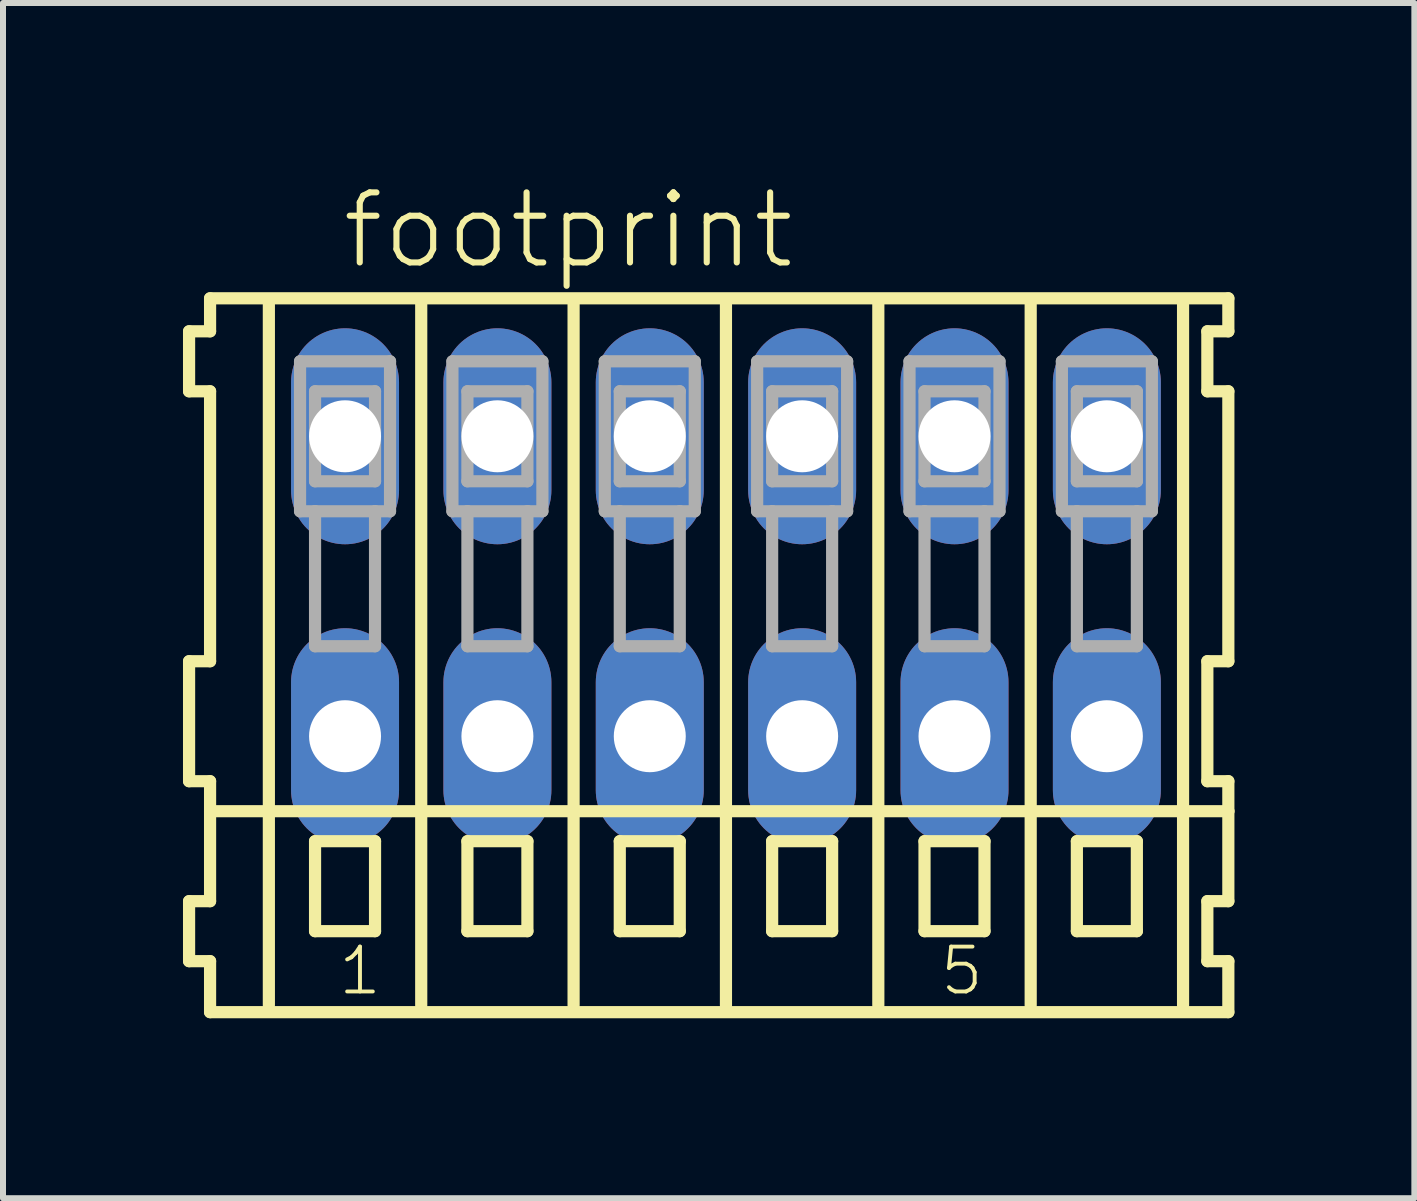
<source format=kicad_pcb>
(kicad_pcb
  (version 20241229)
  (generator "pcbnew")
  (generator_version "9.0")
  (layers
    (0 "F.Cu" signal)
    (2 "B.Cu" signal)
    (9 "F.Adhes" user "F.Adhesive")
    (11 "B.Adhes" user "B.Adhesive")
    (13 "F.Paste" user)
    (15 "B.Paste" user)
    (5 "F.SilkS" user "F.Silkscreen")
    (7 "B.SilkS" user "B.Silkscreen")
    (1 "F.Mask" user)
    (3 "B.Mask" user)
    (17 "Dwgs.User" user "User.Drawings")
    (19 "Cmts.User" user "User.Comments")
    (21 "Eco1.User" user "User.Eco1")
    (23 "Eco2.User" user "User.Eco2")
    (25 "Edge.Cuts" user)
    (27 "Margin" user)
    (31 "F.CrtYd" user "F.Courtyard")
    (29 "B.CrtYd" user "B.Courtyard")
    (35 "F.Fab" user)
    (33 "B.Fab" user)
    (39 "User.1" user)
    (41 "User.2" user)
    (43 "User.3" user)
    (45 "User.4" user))
  (footprint "footprint"
    (layer "F.Cu")
    (at 9.052 6.723)
    (property "Reference" "footprint" (at -6.45 -5.25 0) (layer "F.SilkS") (effects (font (size 1.168 1.168) (thickness 0.102)) (justify left bottom)))
    (fp_line (start -8.95 -4.25) (end -8.95 -3.25) (stroke (width 0.203) (type solid)) (layer "F.SilkS"))
    (fp_line (start -8.95 -3.25) (end -8.6 -3.25) (stroke (width 0.203) (type solid)) (layer "F.SilkS"))
    (fp_line (start -8.95 1.25) (end -8.95 3.25) (stroke (width 0.203) (type solid)) (layer "F.SilkS"))
    (fp_line (start -8.95 3.25) (end -8.6 3.25) (stroke (width 0.203) (type solid)) (layer "F.SilkS"))
    (fp_line (start -8.95 5.25) (end -8.95 6.25) (stroke (width 0.203) (type solid)) (layer "F.SilkS"))
    (fp_line (start -8.95 6.25) (end -8.6 6.25) (stroke (width 0.203) (type solid)) (layer "F.SilkS"))
    (fp_line (start -8.6 -4.8) (end -8.6 -4.25) (stroke (width 0.203) (type solid)) (layer "F.SilkS"))
    (fp_line (start -8.6 -4.25) (end -8.95 -4.25) (stroke (width 0.203) (type solid)) (layer "F.SilkS"))
    (fp_line (start -8.6 -3.25) (end -8.6 1.25) (stroke (width 0.203) (type solid)) (layer "F.SilkS"))
    (fp_line (start -8.6 1.25) (end -8.95 1.25) (stroke (width 0.203) (type solid)) (layer "F.SilkS"))
    (fp_line (start -8.6 3.25) (end -8.6 5.25) (stroke (width 0.203) (type solid)) (layer "F.SilkS"))
    (fp_line (start -8.6 3.75) (end 8.375 3.75) (stroke (width 0.203) (type solid)) (layer "F.SilkS"))
    (fp_line (start -8.6 5.25) (end -8.95 5.25) (stroke (width 0.203) (type solid)) (layer "F.SilkS"))
    (fp_line (start -8.6 6.25) (end -8.6 7.1) (stroke (width 0.203) (type solid)) (layer "F.SilkS"))
    (fp_line (start -8.6 7.1) (end 8.375 7.1) (stroke (width 0.203) (type solid)) (layer "F.SilkS"))
    (fp_line (start -7.62 6.985) (end -7.62 -4.699) (stroke (width 0.203) (type solid)) (layer "F.SilkS"))
    (fp_line (start -6.85 4.25) (end -6.85 5.75) (stroke (width 0.203) (type solid)) (layer "F.SilkS"))
    (fp_line (start -6.85 5.75) (end -5.85 5.75) (stroke (width 0.203) (type solid)) (layer "F.SilkS"))
    (fp_line (start -5.85 4.25) (end -6.85 4.25) (stroke (width 0.203) (type solid)) (layer "F.SilkS"))
    (fp_line (start -5.85 5.75) (end -5.85 4.25) (stroke (width 0.203) (type solid)) (layer "F.SilkS"))
    (fp_line (start -5.08 6.985) (end -5.08 -4.699) (stroke (width 0.203) (type solid)) (layer "F.SilkS"))
    (fp_line (start -4.31 4.25) (end -4.31 5.75) (stroke (width 0.203) (type solid)) (layer "F.SilkS"))
    (fp_line (start -4.31 5.75) (end -3.31 5.75) (stroke (width 0.203) (type solid)) (layer "F.SilkS"))
    (fp_line (start -3.31 4.25) (end -4.31 4.25) (stroke (width 0.203) (type solid)) (layer "F.SilkS"))
    (fp_line (start -3.31 5.75) (end -3.31 4.25) (stroke (width 0.203) (type solid)) (layer "F.SilkS"))
    (fp_line (start -2.54 6.985) (end -2.54 -4.699) (stroke (width 0.203) (type solid)) (layer "F.SilkS"))
    (fp_line (start -1.77 4.25) (end -1.77 5.75) (stroke (width 0.203) (type solid)) (layer "F.SilkS"))
    (fp_line (start -1.77 5.75) (end -0.77 5.75) (stroke (width 0.203) (type solid)) (layer "F.SilkS"))
    (fp_line (start -0.77 4.25) (end -1.77 4.25) (stroke (width 0.203) (type solid)) (layer "F.SilkS"))
    (fp_line (start -0.77 5.75) (end -0.77 4.25) (stroke (width 0.203) (type solid)) (layer "F.SilkS"))
    (fp_line (start 0 6.985) (end 0 -4.699) (stroke (width 0.203) (type solid)) (layer "F.SilkS"))
    (fp_line (start 0.77 4.25) (end 0.77 5.75) (stroke (width 0.203) (type solid)) (layer "F.SilkS"))
    (fp_line (start 0.77 5.75) (end 1.77 5.75) (stroke (width 0.203) (type solid)) (layer "F.SilkS"))
    (fp_line (start 1.77 4.25) (end 0.77 4.25) (stroke (width 0.203) (type solid)) (layer "F.SilkS"))
    (fp_line (start 1.77 5.75) (end 1.77 4.25) (stroke (width 0.203) (type solid)) (layer "F.SilkS"))
    (fp_line (start 2.54 6.985) (end 2.54 -4.699) (stroke (width 0.203) (type solid)) (layer "F.SilkS"))
    (fp_line (start 3.31 4.25) (end 3.31 5.75) (stroke (width 0.203) (type solid)) (layer "F.SilkS"))
    (fp_line (start 3.31 5.75) (end 4.31 5.75) (stroke (width 0.203) (type solid)) (layer "F.SilkS"))
    (fp_line (start 4.31 4.25) (end 3.31 4.25) (stroke (width 0.203) (type solid)) (layer "F.SilkS"))
    (fp_line (start 4.31 5.75) (end 4.31 4.25) (stroke (width 0.203) (type solid)) (layer "F.SilkS"))
    (fp_line (start 5.08 6.985) (end 5.08 -4.699) (stroke (width 0.203) (type solid)) (layer "F.SilkS"))
    (fp_line (start 5.85 4.25) (end 5.85 5.75) (stroke (width 0.203) (type solid)) (layer "F.SilkS"))
    (fp_line (start 5.85 5.75) (end 6.85 5.75) (stroke (width 0.203) (type solid)) (layer "F.SilkS"))
    (fp_line (start 6.85 4.25) (end 5.85 4.25) (stroke (width 0.203) (type solid)) (layer "F.SilkS"))
    (fp_line (start 6.85 5.75) (end 6.85 4.25) (stroke (width 0.203) (type solid)) (layer "F.SilkS"))
    (fp_line (start 7.62 6.985) (end 7.62 -4.699) (stroke (width 0.203) (type solid)) (layer "F.SilkS"))
    (fp_line (start 8.025 -4.25) (end 8.025 -3.25) (stroke (width 0.203) (type solid)) (layer "F.SilkS"))
    (fp_line (start 8.025 -3.25) (end 8.375 -3.25) (stroke (width 0.203) (type solid)) (layer "F.SilkS"))
    (fp_line (start 8.025 1.25) (end 8.025 3.25) (stroke (width 0.203) (type solid)) (layer "F.SilkS"))
    (fp_line (start 8.025 3.25) (end 8.375 3.25) (stroke (width 0.203) (type solid)) (layer "F.SilkS"))
    (fp_line (start 8.025 5.25) (end 8.025 6.25) (stroke (width 0.203) (type solid)) (layer "F.SilkS"))
    (fp_line (start 8.025 6.25) (end 8.375 6.25) (stroke (width 0.203) (type solid)) (layer "F.SilkS"))
    (fp_line (start 8.375 -4.8) (end -8.6 -4.8) (stroke (width 0.203) (type solid)) (layer "F.SilkS"))
    (fp_line (start 8.375 -4.25) (end 8.025 -4.25) (stroke (width 0.203) (type solid)) (layer "F.SilkS"))
    (fp_line (start 8.375 -4.25) (end 8.375 -4.8) (stroke (width 0.203) (type solid)) (layer "F.SilkS"))
    (fp_line (start 8.375 1.25) (end 8.025 1.25) (stroke (width 0.203) (type solid)) (layer "F.SilkS"))
    (fp_line (start 8.375 1.25) (end 8.375 -3.25) (stroke (width 0.203) (type solid)) (layer "F.SilkS"))
    (fp_line (start 8.375 3.75) (end 8.375 3.25) (stroke (width 0.203) (type solid)) (layer "F.SilkS"))
    (fp_line (start 8.375 5.25) (end 8.025 5.25) (stroke (width 0.203) (type solid)) (layer "F.SilkS"))
    (fp_line (start 8.375 5.25) (end 8.375 3.75) (stroke (width 0.203) (type solid)) (layer "F.SilkS"))
    (fp_line (start 8.375 7.1) (end 8.375 6.25) (stroke (width 0.203) (type solid)) (layer "F.SilkS"))
    (fp_line (start -7.1 -3.75) (end -7.1 -1.25) (stroke (width 0.203) (type solid)) (layer "F.Fab"))
    (fp_line (start -7.1 -1.25) (end -6.85 -1.25) (stroke (width 0.203) (type solid)) (layer "F.Fab"))
    (fp_line (start -6.85 -3.25) (end -6.85 -1.75) (stroke (width 0.203) (type solid)) (layer "F.Fab"))
    (fp_line (start -6.85 -1.75) (end -5.85 -1.75) (stroke (width 0.203) (type solid)) (layer "F.Fab"))
    (fp_line (start -6.85 -1.25) (end -6.85 1) (stroke (width 0.203) (type solid)) (layer "F.Fab"))
    (fp_line (start -6.85 -1.25) (end -5.85 -1.25) (stroke (width 0.203) (type solid)) (layer "F.Fab"))
    (fp_line (start -6.85 1) (end -5.85 1) (stroke (width 0.203) (type solid)) (layer "F.Fab"))
    (fp_line (start -5.85 -3.25) (end -6.85 -3.25) (stroke (width 0.203) (type solid)) (layer "F.Fab"))
    (fp_line (start -5.85 -1.75) (end -5.85 -3.25) (stroke (width 0.203) (type solid)) (layer "F.Fab"))
    (fp_line (start -5.85 -1.25) (end -5.6 -1.25) (stroke (width 0.203) (type solid)) (layer "F.Fab"))
    (fp_line (start -5.85 1) (end -5.85 -1.25) (stroke (width 0.203) (type solid)) (layer "F.Fab"))
    (fp_line (start -5.6 -3.75) (end -7.1 -3.75) (stroke (width 0.203) (type solid)) (layer "F.Fab"))
    (fp_line (start -5.6 -1.25) (end -5.6 -3.75) (stroke (width 0.203) (type solid)) (layer "F.Fab"))
    (fp_line (start -4.56 -3.75) (end -4.56 -1.25) (stroke (width 0.203) (type solid)) (layer "F.Fab"))
    (fp_line (start -4.56 -1.25) (end -4.31 -1.25) (stroke (width 0.203) (type solid)) (layer "F.Fab"))
    (fp_line (start -4.31 -3.25) (end -4.31 -1.75) (stroke (width 0.203) (type solid)) (layer "F.Fab"))
    (fp_line (start -4.31 -1.75) (end -3.31 -1.75) (stroke (width 0.203) (type solid)) (layer "F.Fab"))
    (fp_line (start -4.31 -1.25) (end -4.31 1) (stroke (width 0.203) (type solid)) (layer "F.Fab"))
    (fp_line (start -4.31 -1.25) (end -3.31 -1.25) (stroke (width 0.203) (type solid)) (layer "F.Fab"))
    (fp_line (start -4.31 1) (end -3.31 1) (stroke (width 0.203) (type solid)) (layer "F.Fab"))
    (fp_line (start -3.31 -3.25) (end -4.31 -3.25) (stroke (width 0.203) (type solid)) (layer "F.Fab"))
    (fp_line (start -3.31 -1.75) (end -3.31 -3.25) (stroke (width 0.203) (type solid)) (layer "F.Fab"))
    (fp_line (start -3.31 -1.25) (end -3.06 -1.25) (stroke (width 0.203) (type solid)) (layer "F.Fab"))
    (fp_line (start -3.31 1) (end -3.31 -1.25) (stroke (width 0.203) (type solid)) (layer "F.Fab"))
    (fp_line (start -3.06 -3.75) (end -4.56 -3.75) (stroke (width 0.203) (type solid)) (layer "F.Fab"))
    (fp_line (start -3.06 -1.25) (end -3.06 -3.75) (stroke (width 0.203) (type solid)) (layer "F.Fab"))
    (fp_line (start -2.02 -3.75) (end -2.02 -1.25) (stroke (width 0.203) (type solid)) (layer "F.Fab"))
    (fp_line (start -2.02 -1.25) (end -1.77 -1.25) (stroke (width 0.203) (type solid)) (layer "F.Fab"))
    (fp_line (start -1.77 -3.25) (end -1.77 -1.75) (stroke (width 0.203) (type solid)) (layer "F.Fab"))
    (fp_line (start -1.77 -1.75) (end -0.77 -1.75) (stroke (width 0.203) (type solid)) (layer "F.Fab"))
    (fp_line (start -1.77 -1.25) (end -1.77 1) (stroke (width 0.203) (type solid)) (layer "F.Fab"))
    (fp_line (start -1.77 -1.25) (end -0.77 -1.25) (stroke (width 0.203) (type solid)) (layer "F.Fab"))
    (fp_line (start -1.77 1) (end -0.77 1) (stroke (width 0.203) (type solid)) (layer "F.Fab"))
    (fp_line (start -0.77 -3.25) (end -1.77 -3.25) (stroke (width 0.203) (type solid)) (layer "F.Fab"))
    (fp_line (start -0.77 -1.75) (end -0.77 -3.25) (stroke (width 0.203) (type solid)) (layer "F.Fab"))
    (fp_line (start -0.77 -1.25) (end -0.52 -1.25) (stroke (width 0.203) (type solid)) (layer "F.Fab"))
    (fp_line (start -0.77 1) (end -0.77 -1.25) (stroke (width 0.203) (type solid)) (layer "F.Fab"))
    (fp_line (start -0.52 -3.75) (end -2.02 -3.75) (stroke (width 0.203) (type solid)) (layer "F.Fab"))
    (fp_line (start -0.52 -1.25) (end -0.52 -3.75) (stroke (width 0.203) (type solid)) (layer "F.Fab"))
    (fp_line (start 0.52 -3.75) (end 0.52 -1.25) (stroke (width 0.203) (type solid)) (layer "F.Fab"))
    (fp_line (start 0.52 -1.25) (end 0.77 -1.25) (stroke (width 0.203) (type solid)) (layer "F.Fab"))
    (fp_line (start 0.77 -3.25) (end 0.77 -1.75) (stroke (width 0.203) (type solid)) (layer "F.Fab"))
    (fp_line (start 0.77 -1.75) (end 1.77 -1.75) (stroke (width 0.203) (type solid)) (layer "F.Fab"))
    (fp_line (start 0.77 -1.25) (end 0.77 1) (stroke (width 0.203) (type solid)) (layer "F.Fab"))
    (fp_line (start 0.77 -1.25) (end 1.77 -1.25) (stroke (width 0.203) (type solid)) (layer "F.Fab"))
    (fp_line (start 0.77 1) (end 1.77 1) (stroke (width 0.203) (type solid)) (layer "F.Fab"))
    (fp_line (start 1.77 -3.25) (end 0.77 -3.25) (stroke (width 0.203) (type solid)) (layer "F.Fab"))
    (fp_line (start 1.77 -1.75) (end 1.77 -3.25) (stroke (width 0.203) (type solid)) (layer "F.Fab"))
    (fp_line (start 1.77 -1.25) (end 2.02 -1.25) (stroke (width 0.203) (type solid)) (layer "F.Fab"))
    (fp_line (start 1.77 1) (end 1.77 -1.25) (stroke (width 0.203) (type solid)) (layer "F.Fab"))
    (fp_line (start 2.02 -3.75) (end 0.52 -3.75) (stroke (width 0.203) (type solid)) (layer "F.Fab"))
    (fp_line (start 2.02 -1.25) (end 2.02 -3.75) (stroke (width 0.203) (type solid)) (layer "F.Fab"))
    (fp_line (start 3.06 -3.75) (end 3.06 -1.25) (stroke (width 0.203) (type solid)) (layer "F.Fab"))
    (fp_line (start 3.06 -1.25) (end 3.31 -1.25) (stroke (width 0.203) (type solid)) (layer "F.Fab"))
    (fp_line (start 3.31 -3.25) (end 3.31 -1.75) (stroke (width 0.203) (type solid)) (layer "F.Fab"))
    (fp_line (start 3.31 -1.75) (end 4.31 -1.75) (stroke (width 0.203) (type solid)) (layer "F.Fab"))
    (fp_line (start 3.31 -1.25) (end 3.31 1) (stroke (width 0.203) (type solid)) (layer "F.Fab"))
    (fp_line (start 3.31 -1.25) (end 4.31 -1.25) (stroke (width 0.203) (type solid)) (layer "F.Fab"))
    (fp_line (start 3.31 1) (end 4.31 1) (stroke (width 0.203) (type solid)) (layer "F.Fab"))
    (fp_line (start 4.31 -3.25) (end 3.31 -3.25) (stroke (width 0.203) (type solid)) (layer "F.Fab"))
    (fp_line (start 4.31 -1.75) (end 4.31 -3.25) (stroke (width 0.203) (type solid)) (layer "F.Fab"))
    (fp_line (start 4.31 -1.25) (end 4.56 -1.25) (stroke (width 0.203) (type solid)) (layer "F.Fab"))
    (fp_line (start 4.31 1) (end 4.31 -1.25) (stroke (width 0.203) (type solid)) (layer "F.Fab"))
    (fp_line (start 4.56 -3.75) (end 3.06 -3.75) (stroke (width 0.203) (type solid)) (layer "F.Fab"))
    (fp_line (start 4.56 -1.25) (end 4.56 -3.75) (stroke (width 0.203) (type solid)) (layer "F.Fab"))
    (fp_line (start 5.6 -3.75) (end 5.6 -1.25) (stroke (width 0.203) (type solid)) (layer "F.Fab"))
    (fp_line (start 5.6 -1.25) (end 5.85 -1.25) (stroke (width 0.203) (type solid)) (layer "F.Fab"))
    (fp_line (start 5.85 -3.25) (end 5.85 -1.75) (stroke (width 0.203) (type solid)) (layer "F.Fab"))
    (fp_line (start 5.85 -1.75) (end 6.85 -1.75) (stroke (width 0.203) (type solid)) (layer "F.Fab"))
    (fp_line (start 5.85 -1.25) (end 5.85 1) (stroke (width 0.203) (type solid)) (layer "F.Fab"))
    (fp_line (start 5.85 -1.25) (end 6.85 -1.25) (stroke (width 0.203) (type solid)) (layer "F.Fab"))
    (fp_line (start 5.85 1) (end 6.85 1) (stroke (width 0.203) (type solid)) (layer "F.Fab"))
    (fp_line (start 6.85 -3.25) (end 5.85 -3.25) (stroke (width 0.203) (type solid)) (layer "F.Fab"))
    (fp_line (start 6.85 -1.75) (end 6.85 -3.25) (stroke (width 0.203) (type solid)) (layer "F.Fab"))
    (fp_line (start 6.85 -1.25) (end 7.1 -1.25) (stroke (width 0.203) (type solid)) (layer "F.Fab"))
    (fp_line (start 6.85 1) (end 6.85 -1.25) (stroke (width 0.203) (type solid)) (layer "F.Fab"))
    (fp_line (start 7.1 -3.75) (end 5.6 -3.75) (stroke (width 0.203) (type solid)) (layer "F.Fab"))
    (fp_line (start 7.1 -1.25) (end 7.1 -3.75) (stroke (width 0.203) (type solid)) (layer "F.Fab"))
    (fp_text user "5" (at 3.533 6.85 0) (layer "F.SilkS") (effects (font (size 0.748 0.748) (thickness 0.065)) (justify left bottom)))
    (fp_text user "1" (at -6.5 6.85 0) (layer "F.SilkS") (effects (font (size 0.748 0.748) (thickness 0.065)) (justify left bottom)))
    (pad "A1" thru_hole oval (at -6.35 -2.5 90) (size 3.6 1.8) (drill 1.2) (layers "*.Cu" "*.Mask"))
    (pad "A2" thru_hole oval (at -3.81 -2.5 90) (size 3.6 1.8) (drill 1.2) (layers "*.Cu" "*.Mask"))
    (pad "A3" thru_hole oval (at -1.27 -2.5 90) (size 3.6 1.8) (drill 1.2) (layers "*.Cu" "*.Mask"))
    (pad "A4" thru_hole oval (at 1.27 -2.5 90) (size 3.6 1.8) (drill 1.2) (layers "*.Cu" "*.Mask"))
    (pad "A5" thru_hole oval (at 3.81 -2.5 90) (size 3.6 1.8) (drill 1.2) (layers "*.Cu" "*.Mask"))
    (pad "A6" thru_hole oval (at 6.35 -2.5 90) (size 3.6 1.8) (drill 1.2) (layers "*.Cu" "*.Mask"))
    (pad "B1" thru_hole oval (at -6.35 2.5 90) (size 3.6 1.8) (drill 1.2) (layers "*.Cu" "*.Mask"))
    (pad "B2" thru_hole oval (at -3.81 2.5 90) (size 3.6 1.8) (drill 1.2) (layers "*.Cu" "*.Mask"))
    (pad "B3" thru_hole oval (at -1.27 2.5 90) (size 3.6 1.8) (drill 1.2) (layers "*.Cu" "*.Mask"))
    (pad "B4" thru_hole oval (at 1.27 2.5 90) (size 3.6 1.8) (drill 1.2) (layers "*.Cu" "*.Mask"))
    (pad "B5" thru_hole oval (at 3.81 2.5 90) (size 3.6 1.8) (drill 1.2) (layers "*.Cu" "*.Mask"))
    (pad "B6" thru_hole oval (at 6.35 2.5 90) (size 3.6 1.8) (drill 1.2) (layers "*.Cu" "*.Mask")))
  (gr_rect
    (start -3 -3)
    (end 20.528 16.925)
    (stroke (width 0.1) (type default))
    (fill no)
    (layer "Edge.Cuts")))
</source>
